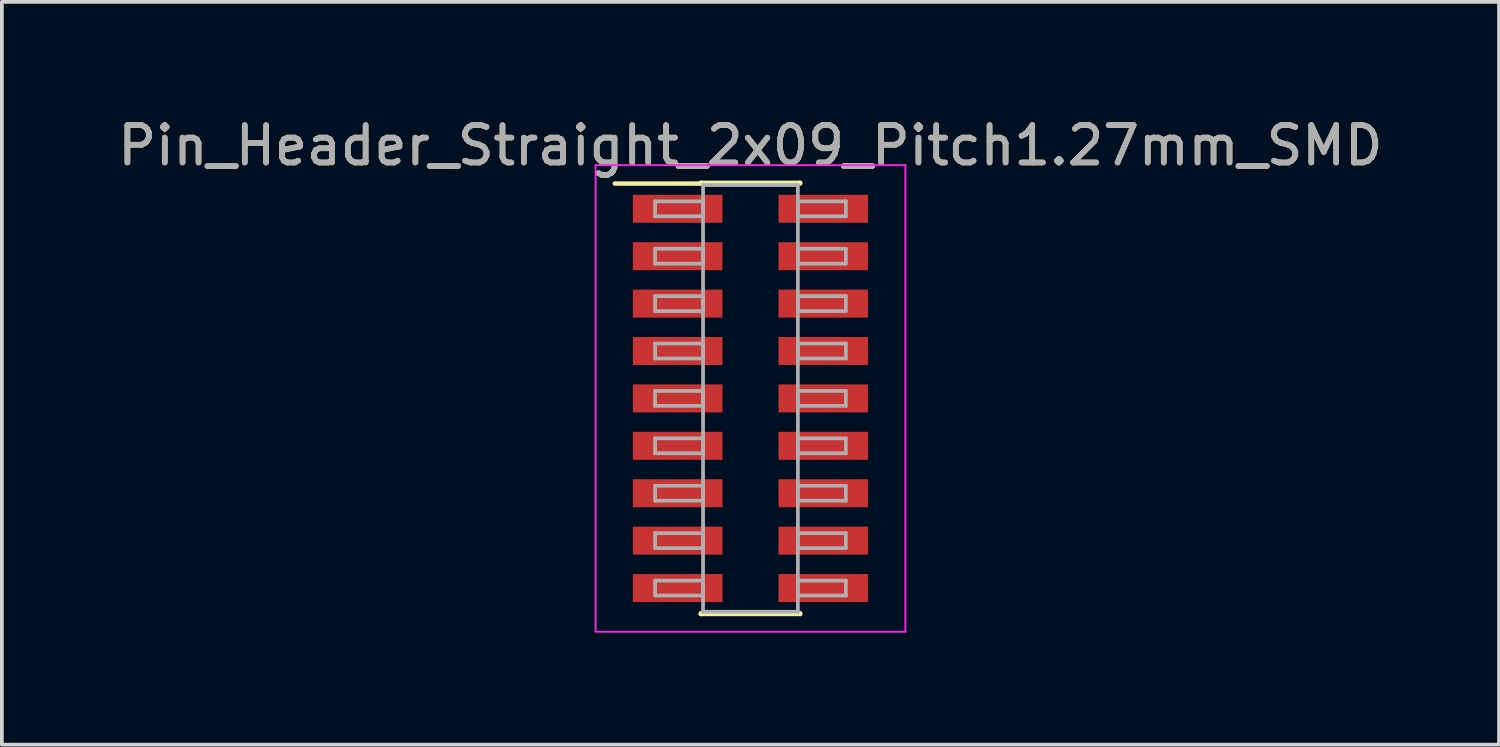
<source format=kicad_pcb>
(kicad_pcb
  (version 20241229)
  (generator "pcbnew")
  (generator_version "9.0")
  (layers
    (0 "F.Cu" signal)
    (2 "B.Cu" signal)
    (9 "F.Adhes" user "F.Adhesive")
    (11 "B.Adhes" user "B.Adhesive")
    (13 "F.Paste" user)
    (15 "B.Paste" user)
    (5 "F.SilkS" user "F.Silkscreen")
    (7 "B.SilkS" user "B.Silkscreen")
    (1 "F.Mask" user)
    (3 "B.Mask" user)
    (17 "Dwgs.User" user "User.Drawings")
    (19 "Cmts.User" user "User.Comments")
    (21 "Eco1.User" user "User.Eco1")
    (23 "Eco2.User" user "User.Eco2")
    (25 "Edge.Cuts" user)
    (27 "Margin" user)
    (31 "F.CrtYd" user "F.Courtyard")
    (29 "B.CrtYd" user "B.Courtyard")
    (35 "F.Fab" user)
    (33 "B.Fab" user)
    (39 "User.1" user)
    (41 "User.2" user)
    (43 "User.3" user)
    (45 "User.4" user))
  (footprint "Pin_Header_Straight_2x09_Pitch1.27mm_SMD"
    (layer "F.Cu")
    (at 17.054 7.623)
    (property "Reference" "Pin_Header_Straight_2x09_Pitch1.27mm_SMD" (at 0 -6.775 0) (layer "F.SilkS") (effects (font (size 1 1) (thickness 0.15))))
    (attr smd)
    (fp_line (start -3.635 -5.755) (end -1.33 -5.755) (stroke (width 0.12) (type solid)) (layer "F.SilkS"))
    (fp_line (start -1.33 -5.775) (end 1.33 -5.775) (stroke (width 0.12) (type solid)) (layer "F.SilkS"))
    (fp_line (start -1.33 -5.755) (end -1.33 -5.775) (stroke (width 0.12) (type solid)) (layer "F.SilkS"))
    (fp_line (start -1.33 5.755) (end -1.33 5.775) (stroke (width 0.12) (type solid)) (layer "F.SilkS"))
    (fp_line (start -1.33 5.775) (end 1.33 5.775) (stroke (width 0.12) (type solid)) (layer "F.SilkS"))
    (fp_line (start 1.33 -5.775) (end 1.33 -5.755) (stroke (width 0.12) (type solid)) (layer "F.SilkS"))
    (fp_line (start 1.33 5.775) (end 1.33 5.755) (stroke (width 0.12) (type solid)) (layer "F.SilkS"))
    (fp_line (start -4.15 -6.25) (end -4.15 6.25) (stroke (width 0.05) (type solid)) (layer "F.CrtYd"))
    (fp_line (start -4.15 6.25) (end 4.15 6.25) (stroke (width 0.05) (type solid)) (layer "F.CrtYd"))
    (fp_line (start 4.15 -6.25) (end -4.15 -6.25) (stroke (width 0.05) (type solid)) (layer "F.CrtYd"))
    (fp_line (start 4.15 6.25) (end 4.15 -6.25) (stroke (width 0.05) (type solid)) (layer "F.CrtYd"))
    (fp_line (start -2.555 -5.28) (end -1.27 -5.28) (stroke (width 0.1) (type solid)) (layer "F.Fab"))
    (fp_line (start -2.555 -4.88) (end -2.555 -5.28) (stroke (width 0.1) (type solid)) (layer "F.Fab"))
    (fp_line (start -2.555 -4.01) (end -1.27 -4.01) (stroke (width 0.1) (type solid)) (layer "F.Fab"))
    (fp_line (start -2.555 -3.61) (end -2.555 -4.01) (stroke (width 0.1) (type solid)) (layer "F.Fab"))
    (fp_line (start -2.555 -2.74) (end -1.27 -2.74) (stroke (width 0.1) (type solid)) (layer "F.Fab"))
    (fp_line (start -2.555 -2.34) (end -2.555 -2.74) (stroke (width 0.1) (type solid)) (layer "F.Fab"))
    (fp_line (start -2.555 -1.47) (end -1.27 -1.47) (stroke (width 0.1) (type solid)) (layer "F.Fab"))
    (fp_line (start -2.555 -1.07) (end -2.555 -1.47) (stroke (width 0.1) (type solid)) (layer "F.Fab"))
    (fp_line (start -2.555 -0.2) (end -1.27 -0.2) (stroke (width 0.1) (type solid)) (layer "F.Fab"))
    (fp_line (start -2.555 0.2) (end -2.555 -0.2) (stroke (width 0.1) (type solid)) (layer "F.Fab"))
    (fp_line (start -2.555 1.07) (end -1.27 1.07) (stroke (width 0.1) (type solid)) (layer "F.Fab"))
    (fp_line (start -2.555 1.47) (end -2.555 1.07) (stroke (width 0.1) (type solid)) (layer "F.Fab"))
    (fp_line (start -2.555 2.34) (end -1.27 2.34) (stroke (width 0.1) (type solid)) (layer "F.Fab"))
    (fp_line (start -2.555 2.74) (end -2.555 2.34) (stroke (width 0.1) (type solid)) (layer "F.Fab"))
    (fp_line (start -2.555 3.61) (end -1.27 3.61) (stroke (width 0.1) (type solid)) (layer "F.Fab"))
    (fp_line (start -2.555 4.01) (end -2.555 3.61) (stroke (width 0.1) (type solid)) (layer "F.Fab"))
    (fp_line (start -2.555 4.88) (end -1.27 4.88) (stroke (width 0.1) (type solid)) (layer "F.Fab"))
    (fp_line (start -2.555 5.28) (end -2.555 4.88) (stroke (width 0.1) (type solid)) (layer "F.Fab"))
    (fp_line (start -1.27 -5.715) (end -1.27 5.715) (stroke (width 0.1) (type solid)) (layer "F.Fab"))
    (fp_line (start -1.27 -5.28) (end -1.27 -4.88) (stroke (width 0.1) (type solid)) (layer "F.Fab"))
    (fp_line (start -1.27 -4.88) (end -2.555 -4.88) (stroke (width 0.1) (type solid)) (layer "F.Fab"))
    (fp_line (start -1.27 -4.01) (end -1.27 -3.61) (stroke (width 0.1) (type solid)) (layer "F.Fab"))
    (fp_line (start -1.27 -3.61) (end -2.555 -3.61) (stroke (width 0.1) (type solid)) (layer "F.Fab"))
    (fp_line (start -1.27 -2.74) (end -1.27 -2.34) (stroke (width 0.1) (type solid)) (layer "F.Fab"))
    (fp_line (start -1.27 -2.34) (end -2.555 -2.34) (stroke (width 0.1) (type solid)) (layer "F.Fab"))
    (fp_line (start -1.27 -1.47) (end -1.27 -1.07) (stroke (width 0.1) (type solid)) (layer "F.Fab"))
    (fp_line (start -1.27 -1.07) (end -2.555 -1.07) (stroke (width 0.1) (type solid)) (layer "F.Fab"))
    (fp_line (start -1.27 -0.2) (end -1.27 0.2) (stroke (width 0.1) (type solid)) (layer "F.Fab"))
    (fp_line (start -1.27 0.2) (end -2.555 0.2) (stroke (width 0.1) (type solid)) (layer "F.Fab"))
    (fp_line (start -1.27 1.07) (end -1.27 1.47) (stroke (width 0.1) (type solid)) (layer "F.Fab"))
    (fp_line (start -1.27 1.47) (end -2.555 1.47) (stroke (width 0.1) (type solid)) (layer "F.Fab"))
    (fp_line (start -1.27 2.34) (end -1.27 2.74) (stroke (width 0.1) (type solid)) (layer "F.Fab"))
    (fp_line (start -1.27 2.74) (end -2.555 2.74) (stroke (width 0.1) (type solid)) (layer "F.Fab"))
    (fp_line (start -1.27 3.61) (end -1.27 4.01) (stroke (width 0.1) (type solid)) (layer "F.Fab"))
    (fp_line (start -1.27 4.01) (end -2.555 4.01) (stroke (width 0.1) (type solid)) (layer "F.Fab"))
    (fp_line (start -1.27 4.88) (end -1.27 5.28) (stroke (width 0.1) (type solid)) (layer "F.Fab"))
    (fp_line (start -1.27 5.28) (end -2.555 5.28) (stroke (width 0.1) (type solid)) (layer "F.Fab"))
    (fp_line (start -1.27 5.715) (end 1.27 5.715) (stroke (width 0.1) (type solid)) (layer "F.Fab"))
    (fp_line (start 1.27 -5.715) (end -1.27 -5.715) (stroke (width 0.1) (type solid)) (layer "F.Fab"))
    (fp_line (start 1.27 -5.28) (end 1.27 -4.88) (stroke (width 0.1) (type solid)) (layer "F.Fab"))
    (fp_line (start 1.27 -4.88) (end 2.555 -4.88) (stroke (width 0.1) (type solid)) (layer "F.Fab"))
    (fp_line (start 1.27 -4.01) (end 1.27 -3.61) (stroke (width 0.1) (type solid)) (layer "F.Fab"))
    (fp_line (start 1.27 -3.61) (end 2.555 -3.61) (stroke (width 0.1) (type solid)) (layer "F.Fab"))
    (fp_line (start 1.27 -2.74) (end 1.27 -2.34) (stroke (width 0.1) (type solid)) (layer "F.Fab"))
    (fp_line (start 1.27 -2.34) (end 2.555 -2.34) (stroke (width 0.1) (type solid)) (layer "F.Fab"))
    (fp_line (start 1.27 -1.47) (end 1.27 -1.07) (stroke (width 0.1) (type solid)) (layer "F.Fab"))
    (fp_line (start 1.27 -1.07) (end 2.555 -1.07) (stroke (width 0.1) (type solid)) (layer "F.Fab"))
    (fp_line (start 1.27 -0.2) (end 1.27 0.2) (stroke (width 0.1) (type solid)) (layer "F.Fab"))
    (fp_line (start 1.27 0.2) (end 2.555 0.2) (stroke (width 0.1) (type solid)) (layer "F.Fab"))
    (fp_line (start 1.27 1.07) (end 1.27 1.47) (stroke (width 0.1) (type solid)) (layer "F.Fab"))
    (fp_line (start 1.27 1.47) (end 2.555 1.47) (stroke (width 0.1) (type solid)) (layer "F.Fab"))
    (fp_line (start 1.27 2.34) (end 1.27 2.74) (stroke (width 0.1) (type solid)) (layer "F.Fab"))
    (fp_line (start 1.27 2.74) (end 2.555 2.74) (stroke (width 0.1) (type solid)) (layer "F.Fab"))
    (fp_line (start 1.27 3.61) (end 1.27 4.01) (stroke (width 0.1) (type solid)) (layer "F.Fab"))
    (fp_line (start 1.27 4.01) (end 2.555 4.01) (stroke (width 0.1) (type solid)) (layer "F.Fab"))
    (fp_line (start 1.27 4.88) (end 1.27 5.28) (stroke (width 0.1) (type solid)) (layer "F.Fab"))
    (fp_line (start 1.27 5.28) (end 2.555 5.28) (stroke (width 0.1) (type solid)) (layer "F.Fab"))
    (fp_line (start 1.27 5.715) (end 1.27 -5.715) (stroke (width 0.1) (type solid)) (layer "F.Fab"))
    (fp_line (start 2.555 -5.28) (end 1.27 -5.28) (stroke (width 0.1) (type solid)) (layer "F.Fab"))
    (fp_line (start 2.555 -4.88) (end 2.555 -5.28) (stroke (width 0.1) (type solid)) (layer "F.Fab"))
    (fp_line (start 2.555 -4.01) (end 1.27 -4.01) (stroke (width 0.1) (type solid)) (layer "F.Fab"))
    (fp_line (start 2.555 -3.61) (end 2.555 -4.01) (stroke (width 0.1) (type solid)) (layer "F.Fab"))
    (fp_line (start 2.555 -2.74) (end 1.27 -2.74) (stroke (width 0.1) (type solid)) (layer "F.Fab"))
    (fp_line (start 2.555 -2.34) (end 2.555 -2.74) (stroke (width 0.1) (type solid)) (layer "F.Fab"))
    (fp_line (start 2.555 -1.47) (end 1.27 -1.47) (stroke (width 0.1) (type solid)) (layer "F.Fab"))
    (fp_line (start 2.555 -1.07) (end 2.555 -1.47) (stroke (width 0.1) (type solid)) (layer "F.Fab"))
    (fp_line (start 2.555 -0.2) (end 1.27 -0.2) (stroke (width 0.1) (type solid)) (layer "F.Fab"))
    (fp_line (start 2.555 0.2) (end 2.555 -0.2) (stroke (width 0.1) (type solid)) (layer "F.Fab"))
    (fp_line (start 2.555 1.07) (end 1.27 1.07) (stroke (width 0.1) (type solid)) (layer "F.Fab"))
    (fp_line (start 2.555 1.47) (end 2.555 1.07) (stroke (width 0.1) (type solid)) (layer "F.Fab"))
    (fp_line (start 2.555 2.34) (end 1.27 2.34) (stroke (width 0.1) (type solid)) (layer "F.Fab"))
    (fp_line (start 2.555 2.74) (end 2.555 2.34) (stroke (width 0.1) (type solid)) (layer "F.Fab"))
    (fp_line (start 2.555 3.61) (end 1.27 3.61) (stroke (width 0.1) (type solid)) (layer "F.Fab"))
    (fp_line (start 2.555 4.01) (end 2.555 3.61) (stroke (width 0.1) (type solid)) (layer "F.Fab"))
    (fp_line (start 2.555 4.88) (end 1.27 4.88) (stroke (width 0.1) (type solid)) (layer "F.Fab"))
    (fp_line (start 2.555 5.28) (end 2.555 4.88) (stroke (width 0.1) (type solid)) (layer "F.Fab"))
    (fp_text user "${REFERENCE}" (at 0 -6.775 0) (layer "F.Fab") (effects (font (size 1 1) (thickness 0.15))))
    (pad "1" smd rect (at -1.95 -5.08) (size 2.4 0.75) (layers "F.Cu" "F.Mask" "F.Paste"))
    (pad "2" smd rect (at 1.95 -5.08) (size 2.4 0.75) (layers "F.Cu" "F.Mask" "F.Paste"))
    (pad "3" smd rect (at -1.95 -3.81) (size 2.4 0.75) (layers "F.Cu" "F.Mask" "F.Paste"))
    (pad "4" smd rect (at 1.95 -3.81) (size 2.4 0.75) (layers "F.Cu" "F.Mask" "F.Paste"))
    (pad "5" smd rect (at -1.95 -2.54) (size 2.4 0.75) (layers "F.Cu" "F.Mask" "F.Paste"))
    (pad "6" smd rect (at 1.95 -2.54) (size 2.4 0.75) (layers "F.Cu" "F.Mask" "F.Paste"))
    (pad "7" smd rect (at -1.95 -1.27) (size 2.4 0.75) (layers "F.Cu" "F.Mask" "F.Paste"))
    (pad "8" smd rect (at 1.95 -1.27) (size 2.4 0.75) (layers "F.Cu" "F.Mask" "F.Paste"))
    (pad "9" smd rect (at -1.95 0) (size 2.4 0.75) (layers "F.Cu" "F.Mask" "F.Paste"))
    (pad "10" smd rect (at 1.95 0) (size 2.4 0.75) (layers "F.Cu" "F.Mask" "F.Paste"))
    (pad "11" smd rect (at -1.95 1.27) (size 2.4 0.75) (layers "F.Cu" "F.Mask" "F.Paste"))
    (pad "12" smd rect (at 1.95 1.27) (size 2.4 0.75) (layers "F.Cu" "F.Mask" "F.Paste"))
    (pad "13" smd rect (at -1.95 2.54) (size 2.4 0.75) (layers "F.Cu" "F.Mask" "F.Paste"))
    (pad "14" smd rect (at 1.95 2.54) (size 2.4 0.75) (layers "F.Cu" "F.Mask" "F.Paste"))
    (pad "15" smd rect (at -1.95 3.81) (size 2.4 0.75) (layers "F.Cu" "F.Mask" "F.Paste"))
    (pad "16" smd rect (at 1.95 3.81) (size 2.4 0.75) (layers "F.Cu" "F.Mask" "F.Paste"))
    (pad "17" smd rect (at -1.95 5.08) (size 2.4 0.75) (layers "F.Cu" "F.Mask" "F.Paste"))
    (pad "18" smd rect (at 1.95 5.08) (size 2.4 0.75) (layers "F.Cu" "F.Mask" "F.Paste")))
  (gr_rect
    (start -3 -3)
    (end 37.107 16.898)
    (stroke (width 0.1) (type default))
    (fill no)
    (layer "Edge.Cuts")))
</source>
